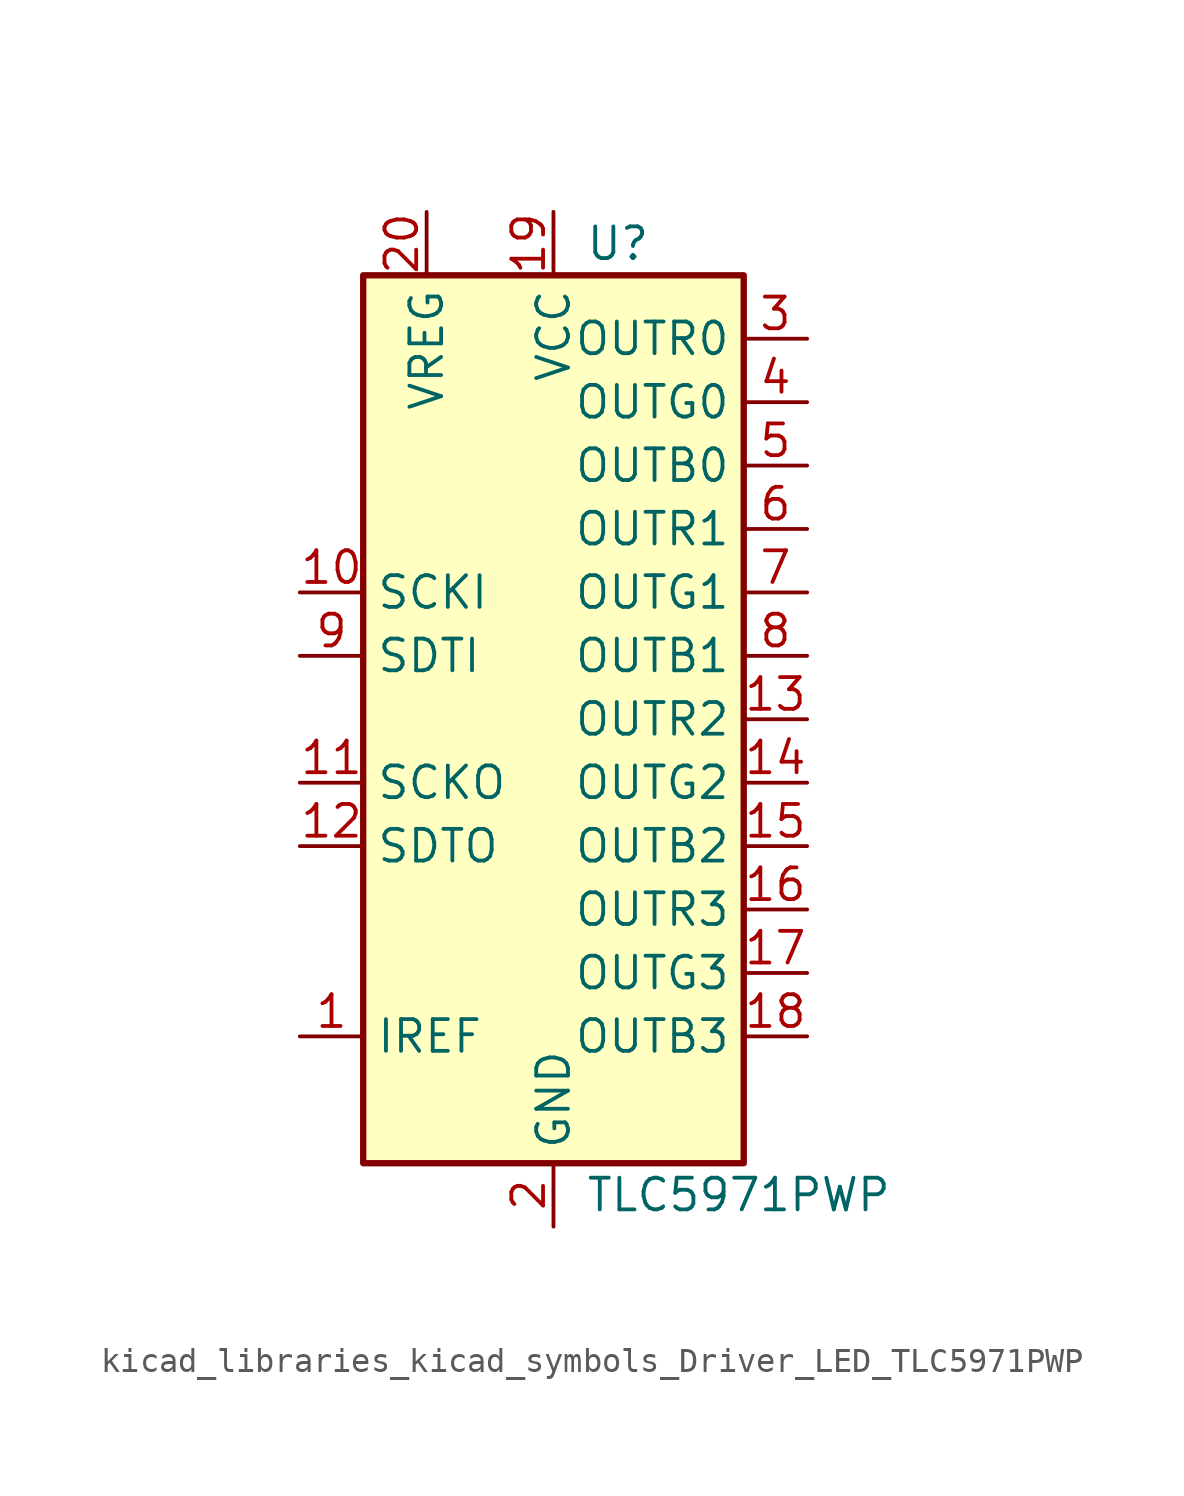
<source format=kicad_sym>
(kicad_symbol_lib
  (version 20220914)
  (generator kicad_symbol_editor)
  (symbol "kicad_libraries_kicad_symbols_Driver_LED_TLC5971PWP"
    (property "Reference" "U"
      (at 1.27 19.05 0)
      (effects (font (size 1.27 1.27)) (justify left)))
    (property "Value" "TLC5971PWP"
      (at 1.27 -19.05 0)
      (effects (font (size 1.27 1.27)) (justify left)))
    (symbol "kicad_libraries_kicad_symbols_Driver_LED_TLC5971PWP_0_1"
      (rectangle (start -7.62 17.78) (end 7.62 -17.78) (stroke (width 0.254) (type default)) (fill (type background)))
      (pin input line (at -10.16 5.08 0) (length 2.54) (name "SCKI" (effects (font (size 1.27 1.27)))) (number "10" (effects (font (size 1.27 1.27)))))
      (pin open_collector line (at 10.16 0 180) (length 2.54) (name "OUTR2" (effects (font (size 1.27 1.27)))) (number "13" (effects (font (size 1.27 1.27)))))
      (pin open_collector line (at 10.16 -2.54 180) (length 2.54) (name "OUTG2" (effects (font (size 1.27 1.27)))) (number "14" (effects (font (size 1.27 1.27)))))
      (pin open_collector line (at 10.16 -5.08 180) (length 2.54) (name "OUTB2" (effects (font (size 1.27 1.27)))) (number "15" (effects (font (size 1.27 1.27)))))
      (pin open_collector line (at 10.16 -7.62 180) (length 2.54) (name "OUTR3" (effects (font (size 1.27 1.27)))) (number "16" (effects (font (size 1.27 1.27)))))
      (pin open_collector line (at 10.16 -10.16 180) (length 2.54) (name "OUTG3" (effects (font (size 1.27 1.27)))) (number "17" (effects (font (size 1.27 1.27)))))
      (pin open_collector line (at 10.16 -12.7 180) (length 2.54) (name "OUTB3" (effects (font (size 1.27 1.27)))) (number "18" (effects (font (size 1.27 1.27)))))
      (pin power_in line (at 0 20.32 270) (length 2.54) (name "VCC" (effects (font (size 1.27 1.27)))) (number "19" (effects (font (size 1.27 1.27)))))
      (pin power_in line (at 0 -20.32 90) (length 2.54) (name "GND" (effects (font (size 1.27 1.27)))) (number "2" (effects (font (size 1.27 1.27)))))
      (pin passive line (at -5.08 20.32 270) (length 2.54) (name "VREG" (effects (font (size 1.27 1.27)))) (number "20" (effects (font (size 1.27 1.27)))))
      (pin passive line (at 0 -20.32 90) (length 2.54) hide (name "GND" (effects (font (size 1.27 1.27)))) (number "21" (effects (font (size 1.27 1.27)))))
      (pin open_collector line (at 10.16 15.24 180) (length 2.54) (name "OUTR0" (effects (font (size 1.27 1.27)))) (number "3" (effects (font (size 1.27 1.27)))))
      (pin open_collector line (at 10.16 12.7 180) (length 2.54) (name "OUTG0" (effects (font (size 1.27 1.27)))) (number "4" (effects (font (size 1.27 1.27)))))
      (pin open_collector line (at 10.16 10.16 180) (length 2.54) (name "OUTB0" (effects (font (size 1.27 1.27)))) (number "5" (effects (font (size 1.27 1.27)))))
      (pin open_collector line (at 10.16 7.62 180) (length 2.54) (name "OUTR1" (effects (font (size 1.27 1.27)))) (number "6" (effects (font (size 1.27 1.27)))))
      (pin open_collector line (at 10.16 5.08 180) (length 2.54) (name "OUTG1" (effects (font (size 1.27 1.27)))) (number "7" (effects (font (size 1.27 1.27)))))
      (pin open_collector line (at 10.16 2.54 180) (length 2.54) (name "OUTB1" (effects (font (size 1.27 1.27)))) (number "8" (effects (font (size 1.27 1.27)))))
      (pin input line (at -10.16 2.54 0) (length 2.54) (name "SDTI" (effects (font (size 1.27 1.27)))) (number "9" (effects (font (size 1.27 1.27))))))
    (symbol "kicad_libraries_kicad_symbols_Driver_LED_TLC5971PWP_1_1"
      (pin passive line (at -10.16 -12.7 0) (length 2.54) (name "IREF" (effects (font (size 1.27 1.27)))) (number "1" (effects (font (size 1.27 1.27)))))
      (pin output line (at -10.16 -2.54 0) (length 2.54) (name "SCKO" (effects (font (size 1.27 1.27)))) (number "11" (effects (font (size 1.27 1.27)))))
      (pin output line (at -10.16 -5.08 0) (length 2.54) (name "SDTO" (effects (font (size 1.27 1.27)))) (number "12" (effects (font (size 1.27 1.27))))))))
</source>
